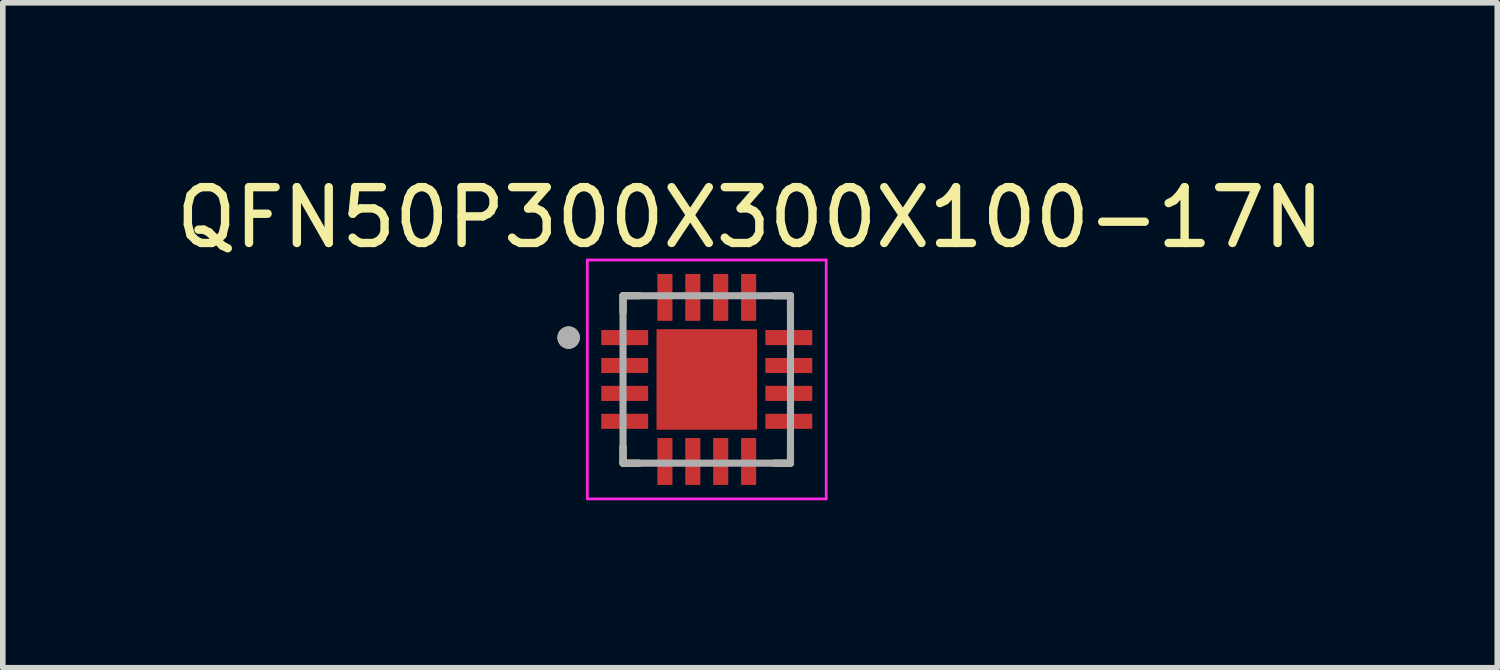
<source format=kicad_pcb>
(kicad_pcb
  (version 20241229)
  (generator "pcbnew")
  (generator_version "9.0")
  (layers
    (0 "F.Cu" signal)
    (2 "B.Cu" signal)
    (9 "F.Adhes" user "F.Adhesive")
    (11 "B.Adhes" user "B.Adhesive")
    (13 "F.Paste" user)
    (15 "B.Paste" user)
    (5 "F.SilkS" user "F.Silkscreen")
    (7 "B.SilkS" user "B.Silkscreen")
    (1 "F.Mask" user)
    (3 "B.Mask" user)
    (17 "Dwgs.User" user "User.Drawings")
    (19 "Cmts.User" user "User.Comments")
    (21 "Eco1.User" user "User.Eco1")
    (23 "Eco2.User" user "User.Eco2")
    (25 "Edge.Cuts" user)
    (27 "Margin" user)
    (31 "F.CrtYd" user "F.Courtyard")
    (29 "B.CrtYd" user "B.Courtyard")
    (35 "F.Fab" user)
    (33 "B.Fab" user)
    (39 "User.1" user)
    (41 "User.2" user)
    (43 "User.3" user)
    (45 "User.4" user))
  (footprint "QFN50P300X300X100-17N"
    (layer "F.Cu")
    (at 9.612 3.748)
    (property "Reference" "QFN50P300X300X100-17N" (at 0.775 -2.9 0) (layer "F.SilkS") (effects (font (size 1 1) (thickness 0.15))))
    (attr smd)
    (fp_poly (pts (xy -1.94 -0.935) (xy -1 -0.935) (xy -1 -0.565) (xy -1.94 -0.565)) (stroke (width 0.01) (type solid)) (fill yes) (layer "F.Mask"))
    (fp_poly (pts (xy -1.94 -0.435) (xy -1 -0.435) (xy -1 -0.065) (xy -1.94 -0.065)) (stroke (width 0.01) (type solid)) (fill yes) (layer "F.Mask"))
    (fp_poly (pts (xy -1.94 0.065) (xy -1 0.065) (xy -1 0.435) (xy -1.94 0.435)) (stroke (width 0.01) (type solid)) (fill yes) (layer "F.Mask"))
    (fp_poly (pts (xy -1.94 0.565) (xy -1 0.565) (xy -1 0.935) (xy -1.94 0.935)) (stroke (width 0.01) (type solid)) (fill yes) (layer "F.Mask"))
    (fp_poly (pts (xy -0.95 -0.95) (xy 0.95 -0.95) (xy 0.95 0.95) (xy -0.95 0.95)) (stroke (width 0.01) (type solid)) (fill yes) (layer "F.Mask"))
    (fp_poly (pts (xy -0.935 -1.94) (xy -0.565 -1.94) (xy -0.565 -1) (xy -0.935 -1)) (stroke (width 0.01) (type solid)) (fill yes) (layer "F.Mask"))
    (fp_poly (pts (xy -0.935 1) (xy -0.565 1) (xy -0.565 1.94) (xy -0.935 1.94)) (stroke (width 0.01) (type solid)) (fill yes) (layer "F.Mask"))
    (fp_poly (pts (xy -0.435 -1.94) (xy -0.065 -1.94) (xy -0.065 -1) (xy -0.435 -1)) (stroke (width 0.01) (type solid)) (fill yes) (layer "F.Mask"))
    (fp_poly (pts (xy -0.435 1) (xy -0.065 1) (xy -0.065 1.94) (xy -0.435 1.94)) (stroke (width 0.01) (type solid)) (fill yes) (layer "F.Mask"))
    (fp_poly (pts (xy 0.065 -1.94) (xy 0.435 -1.94) (xy 0.435 -1) (xy 0.065 -1)) (stroke (width 0.01) (type solid)) (fill yes) (layer "F.Mask"))
    (fp_poly (pts (xy 0.065 1) (xy 0.435 1) (xy 0.435 1.94) (xy 0.065 1.94)) (stroke (width 0.01) (type solid)) (fill yes) (layer "F.Mask"))
    (fp_poly (pts (xy 0.565 -1.94) (xy 0.935 -1.94) (xy 0.935 -1) (xy 0.565 -1)) (stroke (width 0.01) (type solid)) (fill yes) (layer "F.Mask"))
    (fp_poly (pts (xy 0.565 1) (xy 0.935 1) (xy 0.935 1.94) (xy 0.565 1.94)) (stroke (width 0.01) (type solid)) (fill yes) (layer "F.Mask"))
    (fp_poly (pts (xy 1 -0.935) (xy 1.94 -0.935) (xy 1.94 -0.565) (xy 1 -0.565)) (stroke (width 0.01) (type solid)) (fill yes) (layer "F.Mask"))
    (fp_poly (pts (xy 1 -0.435) (xy 1.94 -0.435) (xy 1.94 -0.065) (xy 1 -0.065)) (stroke (width 0.01) (type solid)) (fill yes) (layer "F.Mask"))
    (fp_poly (pts (xy 1 0.065) (xy 1.94 0.065) (xy 1.94 0.435) (xy 1 0.435)) (stroke (width 0.01) (type solid)) (fill yes) (layer "F.Mask"))
    (fp_poly (pts (xy 1 0.565) (xy 1.94 0.565) (xy 1.94 0.935) (xy 1 0.935)) (stroke (width 0.01) (type solid)) (fill yes) (layer "F.Mask"))
    (fp_line (start -1.5 -1.5) (end -1.5 -1.205) (stroke (width 0.127) (type solid)) (layer "F.SilkS"))
    (fp_line (start -1.5 -1.5) (end -1.205 -1.5) (stroke (width 0.127) (type solid)) (layer "F.SilkS"))
    (fp_line (start -1.5 1.5) (end -1.5 1.205) (stroke (width 0.127) (type solid)) (layer "F.SilkS"))
    (fp_line (start -1.5 1.5) (end -1.205 1.5) (stroke (width 0.127) (type solid)) (layer "F.SilkS"))
    (fp_line (start 1.5 -1.5) (end 1.205 -1.5) (stroke (width 0.127) (type solid)) (layer "F.SilkS"))
    (fp_line (start 1.5 -1.5) (end 1.5 -1.205) (stroke (width 0.127) (type solid)) (layer "F.SilkS"))
    (fp_line (start 1.5 1.5) (end 1.205 1.5) (stroke (width 0.127) (type solid)) (layer "F.SilkS"))
    (fp_line (start 1.5 1.5) (end 1.5 1.205) (stroke (width 0.127) (type solid)) (layer "F.SilkS"))
    (fp_circle (center -2.475 -0.75) (end -2.375 -0.75) (stroke (width 0.2) (type solid)) (fill no) (layer "F.SilkS"))
    (fp_poly (pts (xy -0.569 -0.569) (xy 0.569 -0.569) (xy 0.569 0.569) (xy -0.569 0.569)) (stroke (width 0.01) (type solid)) (fill yes) (layer "F.Paste"))
    (fp_line (start -2.14 -2.14) (end 2.14 -2.14) (stroke (width 0.05) (type solid)) (layer "F.CrtYd"))
    (fp_line (start -2.14 2.14) (end -2.14 -2.14) (stroke (width 0.05) (type solid)) (layer "F.CrtYd"))
    (fp_line (start -2.14 2.14) (end 2.14 2.14) (stroke (width 0.05) (type solid)) (layer "F.CrtYd"))
    (fp_line (start 2.14 2.14) (end 2.14 -2.14) (stroke (width 0.05) (type solid)) (layer "F.CrtYd"))
    (fp_line (start -1.5 1.5) (end -1.5 -1.5) (stroke (width 0.127) (type solid)) (layer "F.Fab"))
    (fp_line (start 1.5 -1.5) (end -1.5 -1.5) (stroke (width 0.127) (type solid)) (layer "F.Fab"))
    (fp_line (start 1.5 1.5) (end -1.5 1.5) (stroke (width 0.127) (type solid)) (layer "F.Fab"))
    (fp_line (start 1.5 1.5) (end 1.5 -1.5) (stroke (width 0.127) (type solid)) (layer "F.Fab"))
    (fp_circle (center -2.475 -0.75) (end -2.375 -0.75) (stroke (width 0.2) (type solid)) (fill no) (layer "F.Fab"))
    (pad "1" smd rect (at -1.47 -0.75) (size 0.84 0.27) (layers "F.Cu" "F.Paste"))
    (pad "2" smd rect (at -1.47 -0.25) (size 0.84 0.27) (layers "F.Cu" "F.Paste"))
    (pad "3" smd rect (at -1.47 0.25) (size 0.84 0.27) (layers "F.Cu" "F.Paste"))
    (pad "4" smd rect (at -1.47 0.75) (size 0.84 0.27) (layers "F.Cu" "F.Paste"))
    (pad "5" smd rect (at -0.75 1.47) (size 0.27 0.84) (layers "F.Cu" "F.Paste"))
    (pad "6" smd rect (at -0.25 1.47) (size 0.27 0.84) (layers "F.Cu" "F.Paste"))
    (pad "7" smd rect (at 0.25 1.47) (size 0.27 0.84) (layers "F.Cu" "F.Paste"))
    (pad "8" smd rect (at 0.75 1.47) (size 0.27 0.84) (layers "F.Cu" "F.Paste"))
    (pad "9" smd rect (at 1.47 0.75) (size 0.84 0.27) (layers "F.Cu" "F.Paste"))
    (pad "10" smd rect (at 1.47 0.25) (size 0.84 0.27) (layers "F.Cu" "F.Paste"))
    (pad "11" smd rect (at 1.47 -0.25) (size 0.84 0.27) (layers "F.Cu" "F.Paste"))
    (pad "12" smd rect (at 1.47 -0.75) (size 0.84 0.27) (layers "F.Cu" "F.Paste"))
    (pad "13" smd rect (at 0.75 -1.47) (size 0.27 0.84) (layers "F.Cu" "F.Paste"))
    (pad "14" smd rect (at 0.25 -1.47) (size 0.27 0.84) (layers "F.Cu" "F.Paste"))
    (pad "15" smd rect (at -0.25 -1.47) (size 0.27 0.84) (layers "F.Cu" "F.Paste"))
    (pad "16" smd rect (at -0.75 -1.47) (size 0.27 0.84) (layers "F.Cu" "F.Paste"))
    (pad "17" smd rect (at 0 0) (size 1.8 1.8) (layers "F.Cu")))
  (gr_rect
    (start -3 -3)
    (end 23.774 8.913)
    (stroke (width 0.1) (type default))
    (fill no)
    (layer "Edge.Cuts")))
</source>
